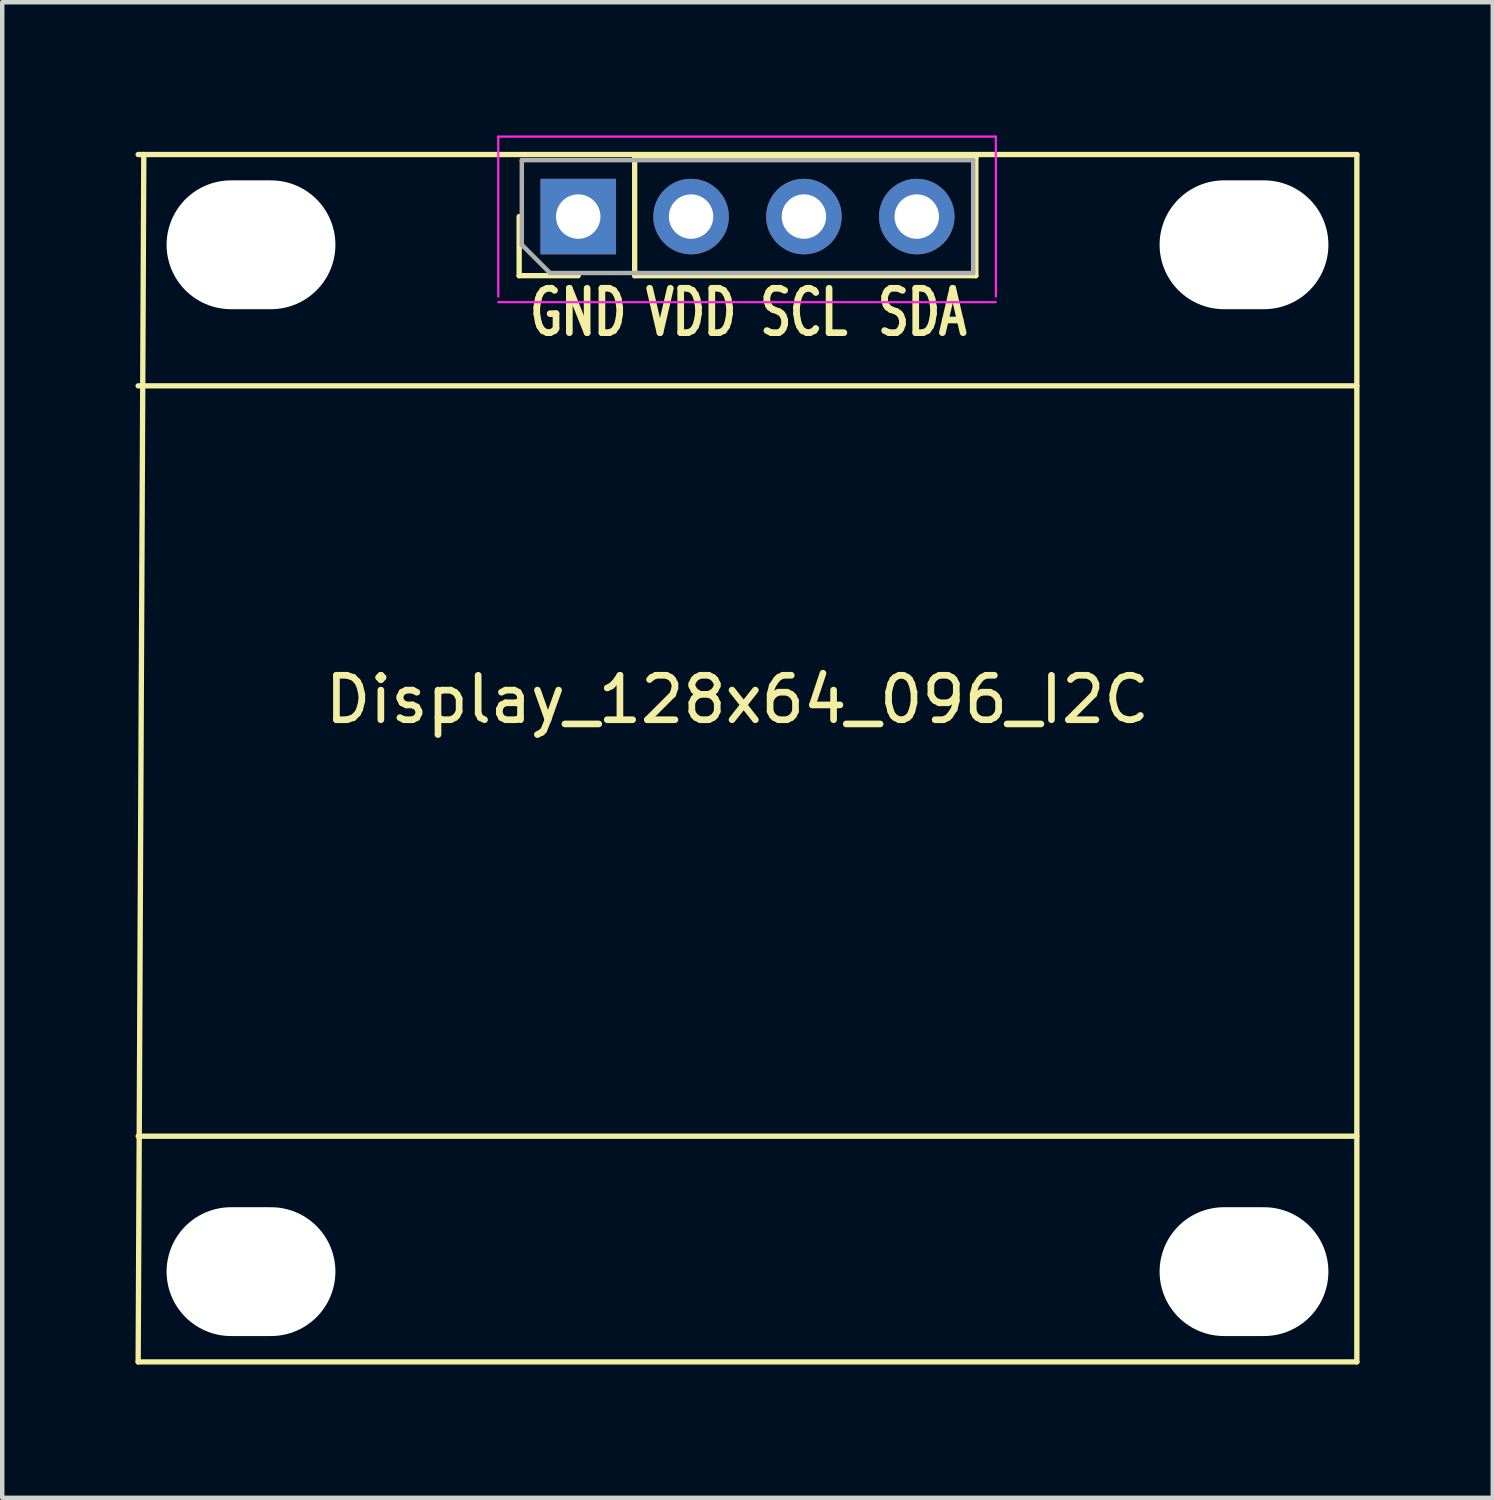
<source format=kicad_pcb>
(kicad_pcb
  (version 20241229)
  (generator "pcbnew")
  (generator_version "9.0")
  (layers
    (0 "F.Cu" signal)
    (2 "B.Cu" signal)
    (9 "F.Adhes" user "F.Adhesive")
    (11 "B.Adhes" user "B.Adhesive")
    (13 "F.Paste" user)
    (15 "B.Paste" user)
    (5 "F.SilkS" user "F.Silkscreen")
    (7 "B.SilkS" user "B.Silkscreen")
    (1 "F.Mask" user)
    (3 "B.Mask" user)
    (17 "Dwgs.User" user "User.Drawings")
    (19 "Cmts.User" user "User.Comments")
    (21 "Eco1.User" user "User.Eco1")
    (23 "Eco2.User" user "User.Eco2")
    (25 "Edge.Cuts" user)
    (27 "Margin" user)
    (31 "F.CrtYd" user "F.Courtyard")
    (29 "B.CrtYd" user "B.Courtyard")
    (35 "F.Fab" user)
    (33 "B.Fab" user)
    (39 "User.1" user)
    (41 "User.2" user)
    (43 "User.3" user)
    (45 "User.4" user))
  (footprint "Display_128x64_096_I2C"
    (layer "F.Cu")
    (at 13.776 1.825)
    (property "Reference" "Display_128x64_096_I2C" (at -0.229 10.871 0) (layer "F.SilkS") (effects (font (size 1 1) (thickness 0.15))))
    (attr through_hole)
    (fp_line (start -13.716 -1.397) (end 13.716 -1.397) (stroke (width 0.12) (type solid)) (layer "F.SilkS"))
    (fp_line (start -13.716 3.81) (end 13.716 3.81) (stroke (width 0.12) (type solid)) (layer "F.SilkS"))
    (fp_line (start -13.716 20.701) (end 13.716 20.701) (stroke (width 0.12) (type solid)) (layer "F.SilkS"))
    (fp_line (start -13.716 25.781) (end -13.589 -1.397) (stroke (width 0.12) (type solid)) (layer "F.SilkS"))
    (fp_line (start -5.14 1.33) (end -5.14 0) (stroke (width 0.12) (type solid)) (layer "F.SilkS"))
    (fp_line (start -3.81 1.33) (end -5.14 1.33) (stroke (width 0.12) (type solid)) (layer "F.SilkS"))
    (fp_line (start -2.54 -1.33) (end 5.14 -1.33) (stroke (width 0.12) (type solid)) (layer "F.SilkS"))
    (fp_line (start -2.54 1.33) (end -2.54 -1.33) (stroke (width 0.12) (type solid)) (layer "F.SilkS"))
    (fp_line (start -2.54 1.33) (end 5.14 1.33) (stroke (width 0.12) (type solid)) (layer "F.SilkS"))
    (fp_line (start 5.14 1.33) (end 5.14 -1.33) (stroke (width 0.12) (type solid)) (layer "F.SilkS"))
    (fp_line (start 13.716 25.781) (end -13.716 25.781) (stroke (width 0.12) (type solid)) (layer "F.SilkS"))
    (fp_line (start 13.716 25.781) (end 13.716 -1.397) (stroke (width 0.12) (type solid)) (layer "F.SilkS"))
    (fp_line (start -5.61 -1.8) (end -5.61 1.8) (stroke (width 0.05) (type solid)) (layer "F.CrtYd"))
    (fp_line (start -5.61 1.927) (end 5.59 1.927) (stroke (width 0.05) (type solid)) (layer "F.CrtYd"))
    (fp_line (start 5.59 -1.8) (end -5.61 -1.8) (stroke (width 0.05) (type solid)) (layer "F.CrtYd"))
    (fp_line (start 5.59 1.8) (end 5.59 -1.8) (stroke (width 0.05) (type solid)) (layer "F.CrtYd"))
    (fp_line (start -5.08 -1.27) (end 5.08 -1.27) (stroke (width 0.1) (type solid)) (layer "F.Fab"))
    (fp_line (start -5.08 0.635) (end -5.08 -1.27) (stroke (width 0.1) (type solid)) (layer "F.Fab"))
    (fp_line (start -4.445 1.27) (end -5.08 0.635) (stroke (width 0.1) (type solid)) (layer "F.Fab"))
    (fp_line (start 5.08 -1.27) (end 5.08 1.27) (stroke (width 0.1) (type solid)) (layer "F.Fab"))
    (fp_line (start 5.08 1.27) (end -4.445 1.27) (stroke (width 0.1) (type solid)) (layer "F.Fab"))
    (fp_text user "SDA" (at 3.937 2.159 0) (layer "F.SilkS") (effects (font (size 1 0.7) (thickness 0.15))))
    (fp_text user "VDD" (at -1.27 2.159 0) (layer "F.SilkS") (effects (font (size 1 0.7) (thickness 0.15))))
    (fp_text user "GND" (at -3.81 2.159 0) (layer "F.SilkS") (effects (font (size 1 0.7) (thickness 0.15))))
    (fp_text user "SCL" (at 1.27 2.159 0) (layer "F.SilkS") (effects (font (size 1 0.7) (thickness 0.15))))
    (pad "" np_thru_hole oval (at -11.176 0.635) (size 3.8 2.9) (drill oval 3.8 2.9) (layers "*.Cu" "*.Mask"))
    (pad "" np_thru_hole oval (at -11.176 23.749) (size 3.8 2.9) (drill oval 3.8 2.9) (layers "*.Cu" "*.Mask"))
    (pad "" np_thru_hole oval (at 11.176 0.635) (size 3.8 2.9) (drill oval 3.8 2.9) (layers "*.Cu" "*.Mask"))
    (pad "" np_thru_hole oval (at 11.176 23.749) (size 3.8 2.9) (drill oval 3.8 2.9) (layers "*.Cu" "*.Mask"))
    (pad "1" thru_hole rect (at -3.81 0 90) (size 1.7 1.7) (drill 1) (layers "*.Cu" "*.Mask"))
    (pad "2" thru_hole oval (at -1.27 0 90) (size 1.7 1.7) (drill 1) (layers "*.Cu" "*.Mask"))
    (pad "3" thru_hole oval (at 1.27 0 90) (size 1.7 1.7) (drill 1) (layers "*.Cu" "*.Mask"))
    (pad "4" thru_hole oval (at 3.81 0 90) (size 1.7 1.7) (drill 1) (layers "*.Cu" "*.Mask")))
  (gr_rect
    (start -3 -3)
    (end 30.552 30.666)
    (stroke (width 0.1) (type default))
    (fill no)
    (layer "Edge.Cuts")))
</source>
